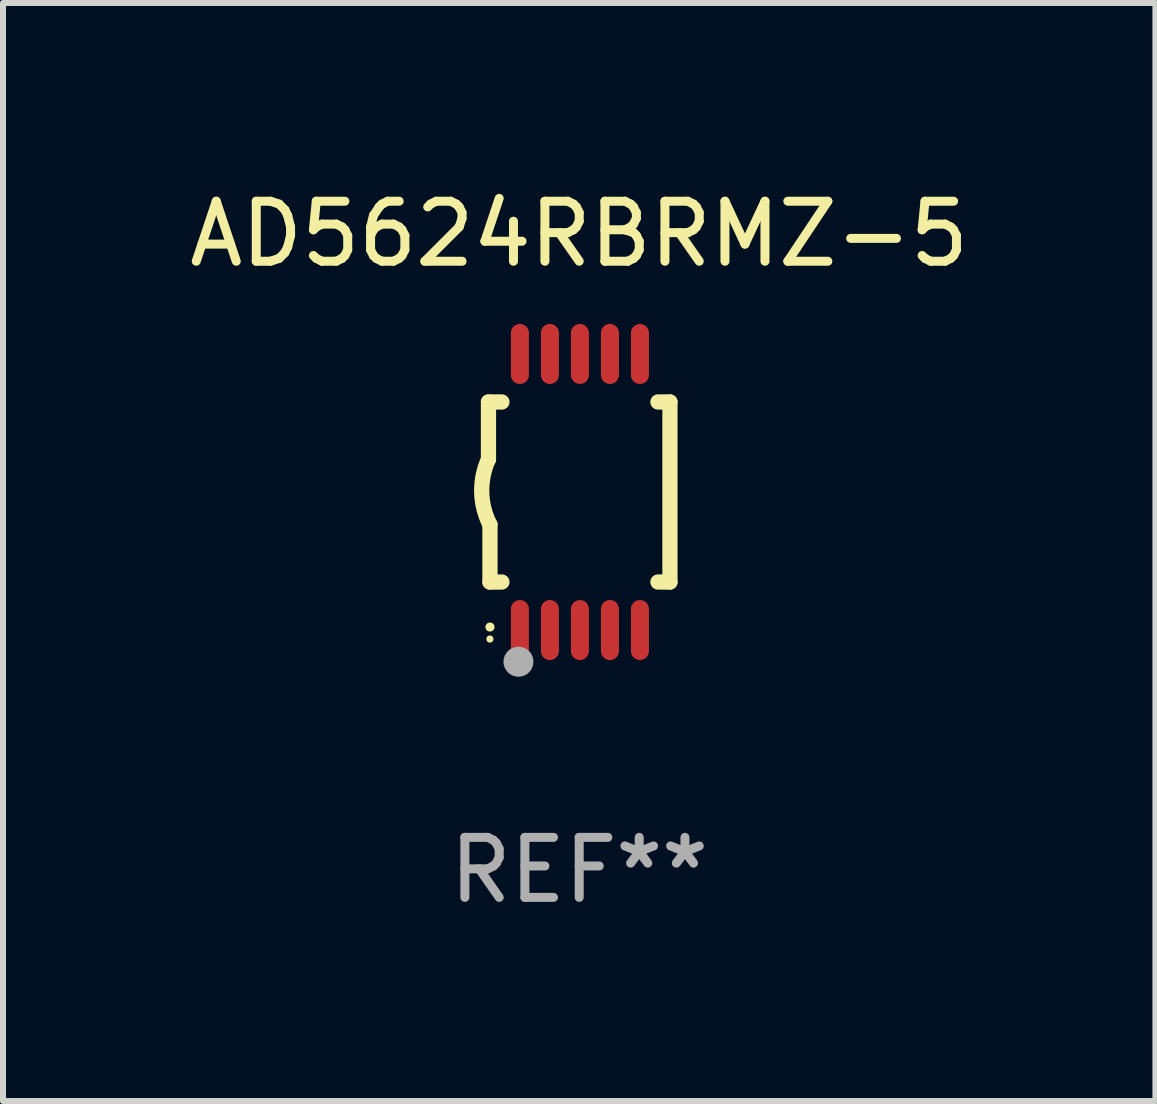
<source format=kicad_pcb>
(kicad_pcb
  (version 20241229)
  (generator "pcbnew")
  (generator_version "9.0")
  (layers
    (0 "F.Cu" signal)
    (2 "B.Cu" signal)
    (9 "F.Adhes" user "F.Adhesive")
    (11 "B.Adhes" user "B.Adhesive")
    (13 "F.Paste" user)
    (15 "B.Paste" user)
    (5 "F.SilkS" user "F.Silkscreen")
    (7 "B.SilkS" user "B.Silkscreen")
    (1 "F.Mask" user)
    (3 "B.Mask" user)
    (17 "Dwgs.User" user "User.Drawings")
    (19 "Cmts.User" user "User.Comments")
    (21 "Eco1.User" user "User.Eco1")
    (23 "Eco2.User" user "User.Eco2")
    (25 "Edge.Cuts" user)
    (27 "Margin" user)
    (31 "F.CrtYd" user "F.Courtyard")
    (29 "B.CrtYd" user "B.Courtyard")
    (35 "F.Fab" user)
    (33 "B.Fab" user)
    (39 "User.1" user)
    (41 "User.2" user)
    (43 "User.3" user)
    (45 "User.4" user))
  (footprint "AD5624RBRMZ-5"
    (layer "F.Cu")
    (at 6.601 5.148)
    (property "Reference" "AD5624RBRMZ-5" (at 0 -4.3 0) (layer "F.SilkS") (effects (font (size 1 1) (thickness 0.15))))
    (attr through_hole)
    (fp_line (start -1.512 -1.5) (end -1.512 -0.546) (stroke (width 0.254) (type solid)) (layer "F.SilkS"))
    (fp_line (start -1.487 0.546) (end -1.487 1.5) (stroke (width 0.254) (type solid)) (layer "F.SilkS"))
    (fp_line (start -1.288 -1.5) (end -1.512 -1.5) (stroke (width 0.254) (type solid)) (layer "F.SilkS"))
    (fp_line (start -1.288 1.5) (end -1.487 1.5) (stroke (width 0.254) (type solid)) (layer "F.SilkS"))
    (fp_line (start 1.512 -1.5) (end 1.312 -1.5) (stroke (width 0.254) (type solid)) (layer "F.SilkS"))
    (fp_line (start 1.512 -1.5) (end 1.512 1.5) (stroke (width 0.254) (type solid)) (layer "F.SilkS"))
    (fp_line (start 1.512 1.5) (end 1.312 1.5) (stroke (width 0.254) (type solid)) (layer "F.SilkS"))
    (fp_arc (start -1.487998 2.250013) (mid -1.486728 2.250007) (end -1.485458 2.250013) (stroke (width 0.150013) (type solid)) (layer "F.SilkS"))
    (fp_arc (start -1.486602 0.546102) (mid -1.624196 0.002905) (end -1.512002 -0.546101) (stroke (width 0.254001) (type solid)) (layer "F.SilkS"))
    (fp_circle (center -1.488 2.45) (end -1.458 2.45) (stroke (width 0.06) (type solid)) (fill no) (layer "F.SilkS"))
    (fp_circle (center -1.012 2.828) (end -0.887 2.828) (stroke (width 0.25) (type solid)) (fill no) (layer "F.Fab"))
    (fp_text user "REF**" (at 0 6.3 0) (layer "F.Fab") (effects (font (size 1 1) (thickness 0.15))))
    (pad "1" smd oval (at -0.988 2.3) (size 0.3 1) (layers "F.Cu" "F.Mask" "F.Paste"))
    (pad "2" smd oval (at -0.488 2.3) (size 0.3 1) (layers "F.Cu" "F.Mask" "F.Paste"))
    (pad "3" smd oval (at 0.012 2.3) (size 0.3 1) (layers "F.Cu" "F.Mask" "F.Paste"))
    (pad "4" smd oval (at 0.512 2.3) (size 0.3 1) (layers "F.Cu" "F.Mask" "F.Paste"))
    (pad "5" smd oval (at 1.012 2.3) (size 0.3 1) (layers "F.Cu" "F.Mask" "F.Paste"))
    (pad "6" smd oval (at 1.012 -2.3) (size 0.3 1) (layers "F.Cu" "F.Mask" "F.Paste"))
    (pad "7" smd oval (at 0.512 -2.3) (size 0.3 1) (layers "F.Cu" "F.Mask" "F.Paste"))
    (pad "8" smd oval (at 0.012 -2.3) (size 0.3 1) (layers "F.Cu" "F.Mask" "F.Paste"))
    (pad "9" smd oval (at -0.488 -2.3) (size 0.3 1) (layers "F.Cu" "F.Mask" "F.Paste"))
    (pad "10" smd oval (at -0.988 -2.3) (size 0.3 1) (layers "F.Cu" "F.Mask" "F.Paste")))
  (gr_rect
    (start -3 -3)
    (end 16.202 15.296)
    (stroke (width 0.1) (type default))
    (fill no)
    (layer "Edge.Cuts")))
</source>
